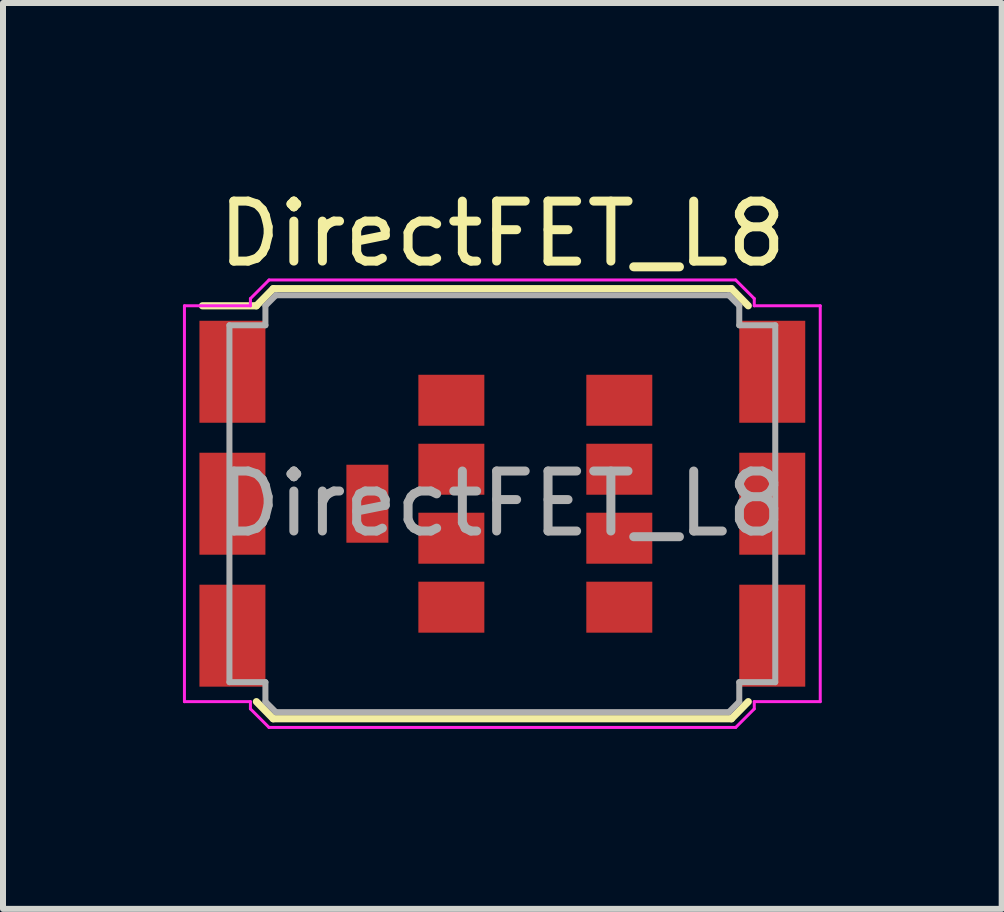
<source format=kicad_pcb>
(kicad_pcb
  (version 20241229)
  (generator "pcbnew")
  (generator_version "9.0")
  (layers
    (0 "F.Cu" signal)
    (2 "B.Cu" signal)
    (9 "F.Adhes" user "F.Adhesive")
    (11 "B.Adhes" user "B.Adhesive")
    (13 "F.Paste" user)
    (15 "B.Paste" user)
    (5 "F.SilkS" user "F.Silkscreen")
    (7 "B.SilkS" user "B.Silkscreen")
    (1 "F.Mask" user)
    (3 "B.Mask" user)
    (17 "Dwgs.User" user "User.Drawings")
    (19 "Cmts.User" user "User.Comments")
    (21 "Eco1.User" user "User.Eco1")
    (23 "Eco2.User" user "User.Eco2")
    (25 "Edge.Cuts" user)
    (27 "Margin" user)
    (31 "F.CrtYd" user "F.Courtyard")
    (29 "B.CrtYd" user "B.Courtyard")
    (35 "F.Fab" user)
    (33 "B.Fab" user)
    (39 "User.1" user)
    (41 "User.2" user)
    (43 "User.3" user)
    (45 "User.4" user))
  (footprint "DirectFET_L8"
    (layer "F.Cu")
    (at 5.325 5.348)
    (property "Reference" "DirectFET_L8" (at 0 -4.5 0) (layer "F.SilkS") (effects (font (size 1 1) (thickness 0.15))))
    (attr smd)
    (fp_line (start -5 -3.3) (end -4.1 -3.3) (stroke (width 0.12) (type solid)) (layer "F.SilkS"))
    (fp_line (start -4.1 -3.3) (end -3.82 -3.585) (stroke (width 0.12) (type solid)) (layer "F.SilkS"))
    (fp_line (start -4.1 3.3) (end -3.82 3.585) (stroke (width 0.12) (type solid)) (layer "F.SilkS"))
    (fp_line (start 3.82 -3.585) (end -3.82 -3.585) (stroke (width 0.12) (type solid)) (layer "F.SilkS"))
    (fp_line (start 3.82 3.585) (end -3.82 3.585) (stroke (width 0.12) (type solid)) (layer "F.SilkS"))
    (fp_line (start 4.1 -3.3) (end 3.82 -3.585) (stroke (width 0.12) (type solid)) (layer "F.SilkS"))
    (fp_line (start 4.1 3.3) (end 3.82 3.585) (stroke (width 0.12) (type solid)) (layer "F.SilkS"))
    (fp_line (start -5.3 -3.3) (end -5.3 3.3) (stroke (width 0.05) (type solid)) (layer "F.CrtYd"))
    (fp_line (start -4.2 -3.42) (end -3.89 -3.73) (stroke (width 0.05) (type solid)) (layer "F.CrtYd"))
    (fp_line (start -4.2 -3.3) (end -5.3 -3.3) (stroke (width 0.05) (type solid)) (layer "F.CrtYd"))
    (fp_line (start -4.2 -3.3) (end -4.2 -3.42) (stroke (width 0.05) (type solid)) (layer "F.CrtYd"))
    (fp_line (start -4.2 3.3) (end -5.3 3.3) (stroke (width 0.05) (type solid)) (layer "F.CrtYd"))
    (fp_line (start -4.2 3.3) (end -4.2 3.42) (stroke (width 0.05) (type solid)) (layer "F.CrtYd"))
    (fp_line (start -4.2 3.42) (end -3.89 3.73) (stroke (width 0.05) (type solid)) (layer "F.CrtYd"))
    (fp_line (start 3.89 -3.73) (end -3.89 -3.73) (stroke (width 0.05) (type solid)) (layer "F.CrtYd"))
    (fp_line (start 3.89 3.73) (end -3.89 3.73) (stroke (width 0.05) (type solid)) (layer "F.CrtYd"))
    (fp_line (start 4.2 -3.42) (end 3.89 -3.73) (stroke (width 0.05) (type solid)) (layer "F.CrtYd"))
    (fp_line (start 4.2 -3.3) (end 4.2 -3.42) (stroke (width 0.05) (type solid)) (layer "F.CrtYd"))
    (fp_line (start 4.2 -3.3) (end 5.3 -3.3) (stroke (width 0.05) (type solid)) (layer "F.CrtYd"))
    (fp_line (start 4.2 3.3) (end 4.2 3.42) (stroke (width 0.05) (type solid)) (layer "F.CrtYd"))
    (fp_line (start 4.2 3.3) (end 5.3 3.3) (stroke (width 0.05) (type solid)) (layer "F.CrtYd"))
    (fp_line (start 4.2 3.42) (end 3.89 3.73) (stroke (width 0.05) (type solid)) (layer "F.CrtYd"))
    (fp_line (start 5.3 -3.3) (end 5.3 3.3) (stroke (width 0.05) (type solid)) (layer "F.CrtYd"))
    (fp_line (start -4.55 -2.975) (end -4.55 2.975) (stroke (width 0.1) (type solid)) (layer "F.Fab"))
    (fp_line (start -4.55 -2.975) (end -3.95 -2.975) (stroke (width 0.1) (type solid)) (layer "F.Fab"))
    (fp_line (start -4.55 2.975) (end -3.95 2.975) (stroke (width 0.1) (type solid)) (layer "F.Fab"))
    (fp_line (start -3.95 -3.3) (end -3.775 -3.475) (stroke (width 0.1) (type solid)) (layer "F.Fab"))
    (fp_line (start -3.95 -2.975) (end -3.95 -3.3) (stroke (width 0.1) (type solid)) (layer "F.Fab"))
    (fp_line (start -3.95 2.975) (end -3.95 3.3) (stroke (width 0.1) (type solid)) (layer "F.Fab"))
    (fp_line (start -3.95 3.3) (end -3.775 3.475) (stroke (width 0.1) (type solid)) (layer "F.Fab"))
    (fp_line (start 3.775 -3.475) (end -3.775 -3.475) (stroke (width 0.1) (type solid)) (layer "F.Fab"))
    (fp_line (start 3.775 3.475) (end -3.775 3.475) (stroke (width 0.1) (type solid)) (layer "F.Fab"))
    (fp_line (start 3.95 -3.3) (end 3.775 -3.475) (stroke (width 0.1) (type solid)) (layer "F.Fab"))
    (fp_line (start 3.95 -2.975) (end 3.95 -3.3) (stroke (width 0.1) (type solid)) (layer "F.Fab"))
    (fp_line (start 3.95 2.975) (end 3.95 3.3) (stroke (width 0.1) (type solid)) (layer "F.Fab"))
    (fp_line (start 3.95 3.3) (end 3.775 3.475) (stroke (width 0.1) (type solid)) (layer "F.Fab"))
    (fp_line (start 4.55 -2.975) (end 3.95 -2.975) (stroke (width 0.1) (type solid)) (layer "F.Fab"))
    (fp_line (start 4.55 -2.975) (end 4.55 2.975) (stroke (width 0.1) (type solid)) (layer "F.Fab"))
    (fp_line (start 4.55 2.975) (end 3.95 2.975) (stroke (width 0.1) (type solid)) (layer "F.Fab"))
    (fp_text user "${REFERENCE}" (at 0 0 0) (layer "F.Fab") (effects (font (size 1 1) (thickness 0.15))))
    (pad "" smd rect (at -2.25 0) (size 0.625 1.1) (layers "F.Paste"))
    (pad "" smd rect (at -0.85 -1.725) (size 1 0.7) (layers "F.Paste"))
    (pad "" smd rect (at -0.85 -0.575) (size 1 0.7) (layers "F.Paste"))
    (pad "" smd rect (at -0.85 0.575) (size 1 0.7) (layers "F.Paste"))
    (pad "" smd rect (at -0.85 1.725) (size 1 0.7) (layers "F.Paste"))
    (pad "" smd rect (at 1.95 -1.725) (size 1 0.7) (layers "F.Paste"))
    (pad "" smd rect (at 1.95 -0.575) (size 1 0.7) (layers "F.Paste"))
    (pad "" smd rect (at 1.95 0.575) (size 1 0.7) (layers "F.Paste"))
    (pad "" smd rect (at 1.95 1.725) (size 1 0.7) (layers "F.Paste"))
    (pad "1" smd rect (at -4.5 -2.2) (size 1.1 1.7) (layers "F.Cu" "F.Mask" "F.Paste"))
    (pad "1" smd rect (at -4.5 0) (size 1.1 1.7) (layers "F.Cu" "F.Mask" "F.Paste"))
    (pad "1" smd rect (at -4.5 2.2) (size 1.1 1.7) (layers "F.Cu" "F.Mask" "F.Paste"))
    (pad "1" smd rect (at 4.5 -2.2) (size 1.1 1.7) (layers "F.Cu" "F.Mask" "F.Paste"))
    (pad "1" smd rect (at 4.5 0) (size 1.1 1.7) (layers "F.Cu" "F.Mask" "F.Paste"))
    (pad "1" smd rect (at 4.5 2.2) (size 1.1 1.7) (layers "F.Cu" "F.Mask" "F.Paste"))
    (pad "2" smd rect (at -2.25 0) (size 0.7 1.3) (layers "F.Cu" "F.Mask" "F.Paste"))
    (pad "3" smd rect (at -0.85 -1.725) (size 1.1 0.85) (layers "F.Cu" "F.Mask" "F.Paste"))
    (pad "3" smd rect (at -0.85 -0.575) (size 1.1 0.85) (layers "F.Cu" "F.Mask" "F.Paste"))
    (pad "3" smd rect (at -0.85 0.575) (size 1.1 0.85) (layers "F.Cu" "F.Mask" "F.Paste"))
    (pad "3" smd rect (at -0.85 1.725) (size 1.1 0.85) (layers "F.Cu" "F.Mask" "F.Paste"))
    (pad "3" smd rect (at 1.95 -1.725) (size 1.1 0.85) (layers "F.Cu" "F.Mask" "F.Paste"))
    (pad "3" smd rect (at 1.95 -0.575) (size 1.1 0.85) (layers "F.Cu" "F.Mask" "F.Paste"))
    (pad "3" smd rect (at 1.95 0.575) (size 1.1 0.85) (layers "F.Cu" "F.Mask" "F.Paste"))
    (pad "3" smd rect (at 1.95 1.725) (size 1.1 0.85) (layers "F.Cu" "F.Mask" "F.Paste")))
  (gr_rect
    (start -3 -3)
    (end 13.65 12.103)
    (stroke (width 0.1) (type default))
    (fill no)
    (layer "Edge.Cuts")))
</source>
